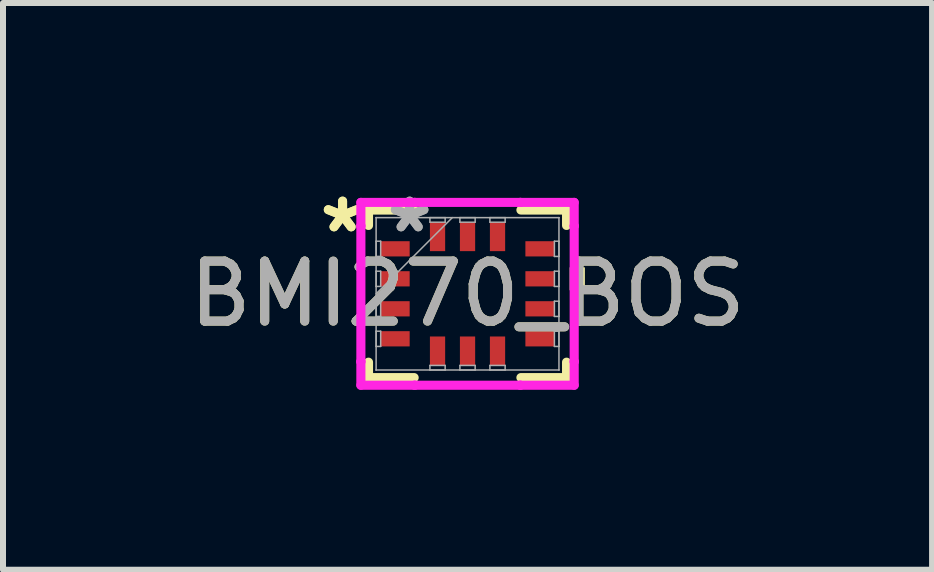
<source format=kicad_pcb>
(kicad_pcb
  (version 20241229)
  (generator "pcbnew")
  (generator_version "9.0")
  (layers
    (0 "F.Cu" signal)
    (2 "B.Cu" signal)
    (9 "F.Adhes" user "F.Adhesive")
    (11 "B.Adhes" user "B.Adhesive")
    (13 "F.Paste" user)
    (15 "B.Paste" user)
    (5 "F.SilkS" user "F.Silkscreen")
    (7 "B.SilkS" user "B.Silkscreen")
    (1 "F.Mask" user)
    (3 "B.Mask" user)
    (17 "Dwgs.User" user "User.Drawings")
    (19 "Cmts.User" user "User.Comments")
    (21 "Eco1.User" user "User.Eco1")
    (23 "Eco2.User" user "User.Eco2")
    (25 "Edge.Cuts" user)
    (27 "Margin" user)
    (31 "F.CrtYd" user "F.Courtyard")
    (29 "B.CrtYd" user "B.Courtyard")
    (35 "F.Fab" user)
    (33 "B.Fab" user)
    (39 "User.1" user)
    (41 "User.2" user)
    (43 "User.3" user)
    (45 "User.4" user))
  (footprint "BMI270_BOS"
    (layer "F.Cu")
    (at 4.744 1.848)
    (property "Reference" "BMI270_BOS" (at 0 0 0) (unlocked yes) (layer "F.SilkS") (effects (font (size 1 1) (thickness 0.15))))
    (attr smd)
    (fp_line (start -1.651 -1.397) (end -1.651 -1.14) (stroke (width 0.152) (type solid)) (layer "F.SilkS"))
    (fp_line (start -1.651 1.14) (end -1.651 1.397) (stroke (width 0.152) (type solid)) (layer "F.SilkS"))
    (fp_line (start -1.651 1.397) (end -0.89 1.397) (stroke (width 0.152) (type solid)) (layer "F.SilkS"))
    (fp_line (start -0.89 -1.397) (end -1.651 -1.397) (stroke (width 0.152) (type solid)) (layer "F.SilkS"))
    (fp_line (start 0.89 1.397) (end 1.651 1.397) (stroke (width 0.152) (type solid)) (layer "F.SilkS"))
    (fp_line (start 1.651 -1.397) (end 0.89 -1.397) (stroke (width 0.152) (type solid)) (layer "F.SilkS"))
    (fp_line (start 1.651 -1.14) (end 1.651 -1.397) (stroke (width 0.152) (type solid)) (layer "F.SilkS"))
    (fp_line (start 1.651 1.397) (end 1.651 1.14) (stroke (width 0.152) (type solid)) (layer "F.SilkS"))
    (fp_poly (pts (xy 1.956 -0.441) (xy 1.956 -0.059) (xy 1.702 -0.059) (xy 1.702 -0.441)) (stroke (width 0) (type solid)) (fill yes) (layer "F.SilkS"))
    (fp_line (start -1.778 -1.524) (end -0.881 -1.524) (stroke (width 0.152) (type solid)) (layer "F.CrtYd"))
    (fp_line (start -1.778 -1.131) (end -1.778 -1.524) (stroke (width 0.152) (type solid)) (layer "F.CrtYd"))
    (fp_line (start -1.778 -1.131) (end -1.778 -1.131) (stroke (width 0.152) (type solid)) (layer "F.CrtYd"))
    (fp_line (start -1.778 1.131) (end -1.778 -1.131) (stroke (width 0.152) (type solid)) (layer "F.CrtYd"))
    (fp_line (start -1.778 1.131) (end -1.778 1.131) (stroke (width 0.152) (type solid)) (layer "F.CrtYd"))
    (fp_line (start -1.778 1.524) (end -1.778 1.131) (stroke (width 0.152) (type solid)) (layer "F.CrtYd"))
    (fp_line (start -0.881 -1.524) (end -0.881 -1.524) (stroke (width 0.152) (type solid)) (layer "F.CrtYd"))
    (fp_line (start -0.881 -1.524) (end 0.881 -1.524) (stroke (width 0.152) (type solid)) (layer "F.CrtYd"))
    (fp_line (start -0.881 1.524) (end -1.778 1.524) (stroke (width 0.152) (type solid)) (layer "F.CrtYd"))
    (fp_line (start -0.881 1.524) (end -0.881 1.524) (stroke (width 0.152) (type solid)) (layer "F.CrtYd"))
    (fp_line (start 0.881 -1.524) (end 0.881 -1.524) (stroke (width 0.152) (type solid)) (layer "F.CrtYd"))
    (fp_line (start 0.881 -1.524) (end 1.778 -1.524) (stroke (width 0.152) (type solid)) (layer "F.CrtYd"))
    (fp_line (start 0.881 1.524) (end -0.881 1.524) (stroke (width 0.152) (type solid)) (layer "F.CrtYd"))
    (fp_line (start 0.881 1.524) (end 0.881 1.524) (stroke (width 0.152) (type solid)) (layer "F.CrtYd"))
    (fp_line (start 1.778 -1.524) (end 1.778 -1.131) (stroke (width 0.152) (type solid)) (layer "F.CrtYd"))
    (fp_line (start 1.778 -1.131) (end 1.778 -1.131) (stroke (width 0.152) (type solid)) (layer "F.CrtYd"))
    (fp_line (start 1.778 -1.131) (end 1.778 1.131) (stroke (width 0.152) (type solid)) (layer "F.CrtYd"))
    (fp_line (start 1.778 1.131) (end 1.778 1.131) (stroke (width 0.152) (type solid)) (layer "F.CrtYd"))
    (fp_line (start 1.778 1.131) (end 1.778 1.524) (stroke (width 0.152) (type solid)) (layer "F.CrtYd"))
    (fp_line (start 1.778 1.524) (end 0.881 1.524) (stroke (width 0.152) (type solid)) (layer "F.CrtYd"))
    (fp_line (start -1.524 -1.27) (end -1.524 -1.27) (stroke (width 0.025) (type solid)) (layer "F.Fab"))
    (fp_line (start -1.524 -1.27) (end -1.524 1.27) (stroke (width 0.025) (type solid)) (layer "F.Fab"))
    (fp_line (start -1.524 -0.877) (end -1.448 -0.877) (stroke (width 0.025) (type solid)) (layer "F.Fab"))
    (fp_line (start -1.524 -0.623) (end -1.524 -0.877) (stroke (width 0.025) (type solid)) (layer "F.Fab"))
    (fp_line (start -1.524 -0.377) (end -1.448 -0.377) (stroke (width 0.025) (type solid)) (layer "F.Fab"))
    (fp_line (start -1.524 -0.123) (end -1.524 -0.377) (stroke (width 0.025) (type solid)) (layer "F.Fab"))
    (fp_line (start -1.524 0) (end -0.254 -1.27) (stroke (width 0.025) (type solid)) (layer "F.Fab"))
    (fp_line (start -1.524 0.123) (end -1.448 0.123) (stroke (width 0.025) (type solid)) (layer "F.Fab"))
    (fp_line (start -1.524 0.377) (end -1.524 0.123) (stroke (width 0.025) (type solid)) (layer "F.Fab"))
    (fp_line (start -1.524 0.623) (end -1.448 0.623) (stroke (width 0.025) (type solid)) (layer "F.Fab"))
    (fp_line (start -1.524 0.877) (end -1.524 0.623) (stroke (width 0.025) (type solid)) (layer "F.Fab"))
    (fp_line (start -1.524 1.27) (end -1.524 1.27) (stroke (width 0.025) (type solid)) (layer "F.Fab"))
    (fp_line (start -1.524 1.27) (end 1.524 1.27) (stroke (width 0.025) (type solid)) (layer "F.Fab"))
    (fp_line (start -1.448 -0.877) (end -1.448 -0.623) (stroke (width 0.025) (type solid)) (layer "F.Fab"))
    (fp_line (start -1.448 -0.623) (end -1.524 -0.623) (stroke (width 0.025) (type solid)) (layer "F.Fab"))
    (fp_line (start -1.448 -0.377) (end -1.448 -0.123) (stroke (width 0.025) (type solid)) (layer "F.Fab"))
    (fp_line (start -1.448 -0.123) (end -1.524 -0.123) (stroke (width 0.025) (type solid)) (layer "F.Fab"))
    (fp_line (start -1.448 0.123) (end -1.448 0.377) (stroke (width 0.025) (type solid)) (layer "F.Fab"))
    (fp_line (start -1.448 0.377) (end -1.524 0.377) (stroke (width 0.025) (type solid)) (layer "F.Fab"))
    (fp_line (start -1.448 0.623) (end -1.448 0.877) (stroke (width 0.025) (type solid)) (layer "F.Fab"))
    (fp_line (start -1.448 0.877) (end -1.524 0.877) (stroke (width 0.025) (type solid)) (layer "F.Fab"))
    (fp_line (start -0.627 -1.27) (end -0.373 -1.27) (stroke (width 0.025) (type solid)) (layer "F.Fab"))
    (fp_line (start -0.627 -1.194) (end -0.627 -1.27) (stroke (width 0.025) (type solid)) (layer "F.Fab"))
    (fp_line (start -0.627 1.194) (end -0.373 1.194) (stroke (width 0.025) (type solid)) (layer "F.Fab"))
    (fp_line (start -0.627 1.27) (end -0.627 1.194) (stroke (width 0.025) (type solid)) (layer "F.Fab"))
    (fp_line (start -0.373 -1.27) (end -0.373 -1.194) (stroke (width 0.025) (type solid)) (layer "F.Fab"))
    (fp_line (start -0.373 -1.194) (end -0.627 -1.194) (stroke (width 0.025) (type solid)) (layer "F.Fab"))
    (fp_line (start -0.373 1.194) (end -0.373 1.27) (stroke (width 0.025) (type solid)) (layer "F.Fab"))
    (fp_line (start -0.373 1.27) (end -0.627 1.27) (stroke (width 0.025) (type solid)) (layer "F.Fab"))
    (fp_line (start -0.127 -1.27) (end 0.127 -1.27) (stroke (width 0.025) (type solid)) (layer "F.Fab"))
    (fp_line (start -0.127 -1.194) (end -0.127 -1.27) (stroke (width 0.025) (type solid)) (layer "F.Fab"))
    (fp_line (start -0.127 1.194) (end 0.127 1.194) (stroke (width 0.025) (type solid)) (layer "F.Fab"))
    (fp_line (start -0.127 1.27) (end -0.127 1.194) (stroke (width 0.025) (type solid)) (layer "F.Fab"))
    (fp_line (start 0.127 -1.27) (end 0.127 -1.194) (stroke (width 0.025) (type solid)) (layer "F.Fab"))
    (fp_line (start 0.127 -1.194) (end -0.127 -1.194) (stroke (width 0.025) (type solid)) (layer "F.Fab"))
    (fp_line (start 0.127 1.194) (end 0.127 1.27) (stroke (width 0.025) (type solid)) (layer "F.Fab"))
    (fp_line (start 0.127 1.27) (end -0.127 1.27) (stroke (width 0.025) (type solid)) (layer "F.Fab"))
    (fp_line (start 0.373 -1.27) (end 0.627 -1.27) (stroke (width 0.025) (type solid)) (layer "F.Fab"))
    (fp_line (start 0.373 -1.194) (end 0.373 -1.27) (stroke (width 0.025) (type solid)) (layer "F.Fab"))
    (fp_line (start 0.373 1.194) (end 0.627 1.194) (stroke (width 0.025) (type solid)) (layer "F.Fab"))
    (fp_line (start 0.373 1.27) (end 0.373 1.194) (stroke (width 0.025) (type solid)) (layer "F.Fab"))
    (fp_line (start 0.627 -1.27) (end 0.627 -1.194) (stroke (width 0.025) (type solid)) (layer "F.Fab"))
    (fp_line (start 0.627 -1.194) (end 0.373 -1.194) (stroke (width 0.025) (type solid)) (layer "F.Fab"))
    (fp_line (start 0.627 1.194) (end 0.627 1.27) (stroke (width 0.025) (type solid)) (layer "F.Fab"))
    (fp_line (start 0.627 1.27) (end 0.373 1.27) (stroke (width 0.025) (type solid)) (layer "F.Fab"))
    (fp_line (start 1.448 -0.877) (end 1.524 -0.877) (stroke (width 0.025) (type solid)) (layer "F.Fab"))
    (fp_line (start 1.448 -0.623) (end 1.448 -0.877) (stroke (width 0.025) (type solid)) (layer "F.Fab"))
    (fp_line (start 1.448 -0.377) (end 1.524 -0.377) (stroke (width 0.025) (type solid)) (layer "F.Fab"))
    (fp_line (start 1.448 -0.123) (end 1.448 -0.377) (stroke (width 0.025) (type solid)) (layer "F.Fab"))
    (fp_line (start 1.448 0.123) (end 1.524 0.123) (stroke (width 0.025) (type solid)) (layer "F.Fab"))
    (fp_line (start 1.448 0.377) (end 1.448 0.123) (stroke (width 0.025) (type solid)) (layer "F.Fab"))
    (fp_line (start 1.448 0.623) (end 1.524 0.623) (stroke (width 0.025) (type solid)) (layer "F.Fab"))
    (fp_line (start 1.448 0.877) (end 1.448 0.623) (stroke (width 0.025) (type solid)) (layer "F.Fab"))
    (fp_line (start 1.524 -1.27) (end -1.524 -1.27) (stroke (width 0.025) (type solid)) (layer "F.Fab"))
    (fp_line (start 1.524 -1.27) (end 1.524 -1.27) (stroke (width 0.025) (type solid)) (layer "F.Fab"))
    (fp_line (start 1.524 -0.877) (end 1.524 -0.623) (stroke (width 0.025) (type solid)) (layer "F.Fab"))
    (fp_line (start 1.524 -0.623) (end 1.448 -0.623) (stroke (width 0.025) (type solid)) (layer "F.Fab"))
    (fp_line (start 1.524 -0.377) (end 1.524 -0.123) (stroke (width 0.025) (type solid)) (layer "F.Fab"))
    (fp_line (start 1.524 -0.123) (end 1.448 -0.123) (stroke (width 0.025) (type solid)) (layer "F.Fab"))
    (fp_line (start 1.524 0.123) (end 1.524 0.377) (stroke (width 0.025) (type solid)) (layer "F.Fab"))
    (fp_line (start 1.524 0.377) (end 1.448 0.377) (stroke (width 0.025) (type solid)) (layer "F.Fab"))
    (fp_line (start 1.524 0.623) (end 1.524 0.877) (stroke (width 0.025) (type solid)) (layer "F.Fab"))
    (fp_line (start 1.524 0.877) (end 1.448 0.877) (stroke (width 0.025) (type solid)) (layer "F.Fab"))
    (fp_line (start 1.524 1.27) (end 1.524 -1.27) (stroke (width 0.025) (type solid)) (layer "F.Fab"))
    (fp_line (start 1.524 1.27) (end 1.524 1.27) (stroke (width 0.025) (type solid)) (layer "F.Fab"))
    (fp_text user "*" (at -2.083 -1 0) (layer "F.SilkS") (effects (font (size 1 1) (thickness 0.15))))
    (fp_text user "*" (at -2.083 -1 0) (unlocked yes) (layer "F.SilkS") (effects (font (size 1 1) (thickness 0.15))))
    (fp_text user "${REFERENCE}" (at 0 0 0) (unlocked yes) (layer "F.Fab") (effects (font (size 1 1) (thickness 0.15))))
    (fp_text user "*" (at -0.965 -1 0) (layer "F.Fab") (effects (font (size 1 1) (thickness 0.15))))
    (fp_text user "*" (at -0.965 -1 0) (unlocked yes) (layer "F.Fab") (effects (font (size 1 1) (thickness 0.15))))
    (pad "1" smd rect (at -1.206 -0.75 90) (size 0.254 0.483) (layers "F.Cu" "F.Mask" "F.Paste"))
    (pad "2" smd rect (at -1.206 -0.25 90) (size 0.254 0.483) (layers "F.Cu" "F.Mask" "F.Paste"))
    (pad "3" smd rect (at -1.206 0.25 90) (size 0.254 0.483) (layers "F.Cu" "F.Mask" "F.Paste"))
    (pad "4" smd rect (at -1.206 0.75 90) (size 0.254 0.483) (layers "F.Cu" "F.Mask" "F.Paste"))
    (pad "5" smd rect (at -0.5 0.953) (size 0.254 0.483) (layers "F.Cu" "F.Mask" "F.Paste"))
    (pad "6" smd rect (at 0 0.953) (size 0.254 0.483) (layers "F.Cu" "F.Mask" "F.Paste"))
    (pad "7" smd rect (at 0.5 0.953) (size 0.254 0.483) (layers "F.Cu" "F.Mask" "F.Paste"))
    (pad "8" smd rect (at 1.206 0.75 90) (size 0.254 0.483) (layers "F.Cu" "F.Mask" "F.Paste"))
    (pad "9" smd rect (at 1.206 0.25 90) (size 0.254 0.483) (layers "F.Cu" "F.Mask" "F.Paste"))
    (pad "10" smd rect (at 1.206 -0.25 90) (size 0.254 0.483) (layers "F.Cu" "F.Mask" "F.Paste"))
    (pad "11" smd rect (at 1.206 -0.75 90) (size 0.254 0.483) (layers "F.Cu" "F.Mask" "F.Paste"))
    (pad "12" smd rect (at 0.5 -0.953) (size 0.254 0.483) (layers "F.Cu" "F.Mask" "F.Paste"))
    (pad "13" smd rect (at 0 -0.953) (size 0.254 0.483) (layers "F.Cu" "F.Mask" "F.Paste"))
    (pad "14" smd rect (at -0.5 -0.953) (size 0.254 0.483) (layers "F.Cu" "F.Mask" "F.Paste")))
  (gr_rect
    (start -3 -3)
    (end 12.488 6.448)
    (stroke (width 0.1) (type default))
    (fill no)
    (layer "Edge.Cuts")))
</source>
